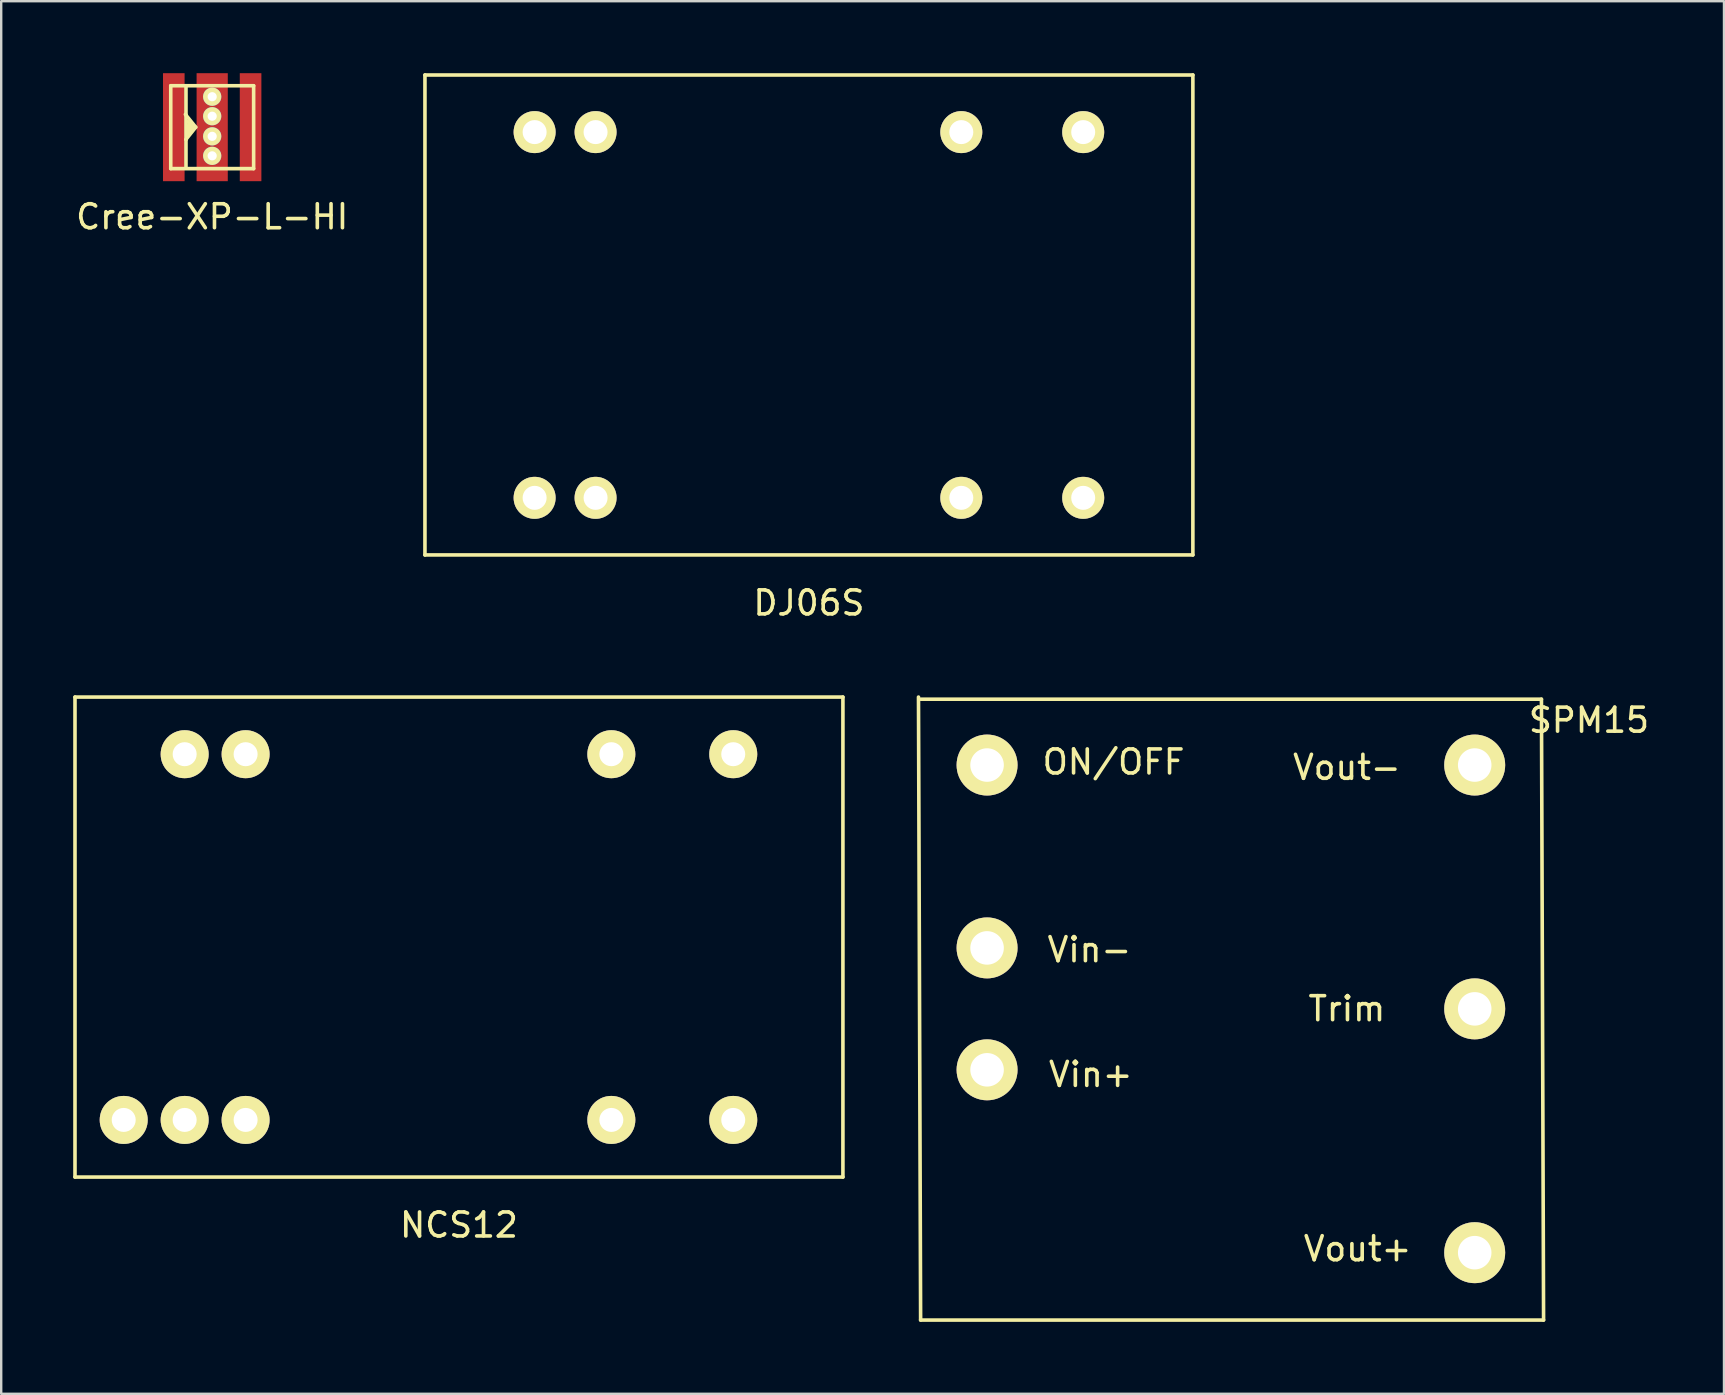
<source format=kicad_pcb>
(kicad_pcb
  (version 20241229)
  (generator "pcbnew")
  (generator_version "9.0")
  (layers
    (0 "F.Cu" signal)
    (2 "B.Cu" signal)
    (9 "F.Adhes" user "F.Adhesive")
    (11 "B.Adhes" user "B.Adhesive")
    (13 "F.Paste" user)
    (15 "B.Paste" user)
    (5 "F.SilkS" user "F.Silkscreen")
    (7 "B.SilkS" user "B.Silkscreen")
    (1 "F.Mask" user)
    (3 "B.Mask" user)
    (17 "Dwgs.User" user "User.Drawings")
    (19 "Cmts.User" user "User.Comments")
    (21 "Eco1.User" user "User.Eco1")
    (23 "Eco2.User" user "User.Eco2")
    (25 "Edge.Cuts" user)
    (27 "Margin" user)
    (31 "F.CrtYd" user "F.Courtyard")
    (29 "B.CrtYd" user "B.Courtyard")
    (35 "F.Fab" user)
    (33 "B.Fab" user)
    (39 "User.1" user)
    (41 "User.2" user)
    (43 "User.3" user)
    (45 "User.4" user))
  (footprint "SPM15"
    (layer "F.Cu")
    (at 48.242 38.99)
    (property "Reference" "SPM15" (at 14.922 -12.027 0) (layer "F.SilkS") (effects (font (size 1 1) (thickness 0.15))))
    (attr through_hole)
    (fp_line (start -12.929 -12.903) (end 12.941 -12.903) (stroke (width 0.15) (type solid)) (layer "F.SilkS"))
    (fp_line (start -12.929 12.967) (end -13.018 -12.992) (stroke (width 0.15) (type solid)) (layer "F.SilkS"))
    (fp_line (start 12.941 -12.903) (end 13.03 12.967) (stroke (width 0.15) (type solid)) (layer "F.SilkS"))
    (fp_line (start 13.03 12.967) (end -12.929 12.967) (stroke (width 0.15) (type solid)) (layer "F.SilkS"))
    (fp_text user "Vin+" (at -5.839 2.733 0) (layer "F.SilkS") (effects (font (size 1 1) (thickness 0.15))))
    (fp_text user "ON/OFF" (at -4.889 -10.287 0) (layer "F.SilkS") (effects (font (size 1 1) (thickness 0.15))))
    (fp_text user "Vout+" (at 5.281 9.997 0) (layer "F.SilkS") (effects (font (size 1 1) (thickness 0.15))))
    (fp_text user "Trim" (at 4.834 -0.005 0) (layer "F.SilkS") (effects (font (size 1 1) (thickness 0.15))))
    (fp_text user "Vin-" (at -5.895 -2.464 0) (layer "F.SilkS") (effects (font (size 1 1) (thickness 0.15))))
    (fp_text user "Vout-" (at 4.834 -10.063 0) (layer "F.SilkS") (effects (font (size 1 1) (thickness 0.15))))
    (pad "1" thru_hole circle (at -10.16 2.54) (size 2.54 2.54) (drill 1.397) (layers "*.Cu" "*.Mask" "F.SilkS"))
    (pad "2" thru_hole circle (at -10.16 -2.54) (size 2.54 2.54) (drill 1.397) (layers "*.Cu" "*.Mask" "F.SilkS"))
    (pad "3" thru_hole circle (at 10.16 10.16) (size 2.54 2.54) (drill 1.397) (layers "*.Cu" "*.Mask" "F.SilkS"))
    (pad "4" thru_hole circle (at 10.16 0) (size 2.54 2.54) (drill 1.397) (layers "*.Cu" "*.Mask" "F.SilkS"))
    (pad "5" thru_hole circle (at 10.16 -10.16) (size 2.54 2.54) (drill 1.397) (layers "*.Cu" "*.Mask" "F.SilkS"))
    (pad "6" thru_hole circle (at -10.16 -10.16) (size 2.54 2.54) (drill 1.397) (layers "*.Cu" "*.Mask" "F.SilkS")))
  (footprint "Cree-XP-L-HI"
    (layer "F.Cu")
    (at 5.792 2.25)
    (property "Reference" "Cree-XP-L-HI" (at 0 3.734 0) (layer "F.SilkS") (effects (font (size 1 1) (thickness 0.15))))
    (attr through_hole)
    (fp_line (start -1.727 -1.727) (end 1.727 -1.727) (stroke (width 0.15) (type solid)) (layer "F.SilkS"))
    (fp_line (start -1.727 1.727) (end -1.727 -1.727) (stroke (width 0.15) (type solid)) (layer "F.SilkS"))
    (fp_line (start -1.118 -0.533) (end -0.686 0) (stroke (width 0.15) (type solid)) (layer "F.SilkS"))
    (fp_line (start -1.092 -0.508) (end -1.092 -1.727) (stroke (width 0.15) (type solid)) (layer "F.SilkS"))
    (fp_line (start -1.092 0.508) (end -1.092 -0.508) (stroke (width 0.15) (type solid)) (layer "F.SilkS"))
    (fp_line (start -1.092 0.533) (end -1.092 1.702) (stroke (width 0.15) (type solid)) (layer "F.SilkS"))
    (fp_line (start -1.016 -0.229) (end -0.838 0) (stroke (width 0.15) (type solid)) (layer "F.SilkS"))
    (fp_line (start -0.991 0.254) (end -0.991 -0.076) (stroke (width 0.15) (type solid)) (layer "F.SilkS"))
    (fp_line (start -0.838 0) (end -0.991 0.254) (stroke (width 0.15) (type solid)) (layer "F.SilkS"))
    (fp_line (start -0.686 0) (end -1.092 0.508) (stroke (width 0.15) (type solid)) (layer "F.SilkS"))
    (fp_line (start 1.727 -1.727) (end 1.727 1.727) (stroke (width 0.15) (type solid)) (layer "F.SilkS"))
    (fp_line (start 1.727 1.727) (end -1.727 1.727) (stroke (width 0.15) (type solid)) (layer "F.SilkS"))
    (pad "1" smd rect (at -1.6 0) (size 0.9 4.5) (layers "F.Cu" "F.Mask" "F.Paste"))
    (pad "2" smd rect (at 1.6 0) (size 0.9 4.5) (layers "F.Cu" "F.Mask" "F.Paste"))
    (pad "3" thru_hole circle (at 0 -1.27) (size 0.762 0.762) (drill 0.381) (layers "*.Cu" "*.Mask" "F.SilkS"))
    (pad "3" thru_hole circle (at 0 -0.457) (size 0.762 0.762) (drill 0.381) (layers "*.Cu" "*.Mask" "F.SilkS"))
    (pad "3" smd rect (at 0 0) (size 1.3 4.5) (layers "F.Cu" "F.Mask" "F.Paste"))
    (pad "3" thru_hole circle (at 0 0.381) (size 0.762 0.762) (drill 0.381) (layers "*.Cu" "*.Mask" "F.SilkS"))
    (pad "3" thru_hole circle (at 0 1.194) (size 0.762 0.762) (drill 0.381) (layers "*.Cu" "*.Mask" "F.SilkS")))
  (footprint "DJ06S"
    (layer "F.Cu")
    (at 30.658 10.075)
    (property "Reference" "DJ06S" (at 0 12 0) (layer "F.SilkS") (effects (font (size 1 1) (thickness 0.15))))
    (attr through_hole)
    (fp_line (start -16 -10) (end 16 -10) (stroke (width 0.15) (type solid)) (layer "F.SilkS"))
    (fp_line (start -16 10) (end -16 -10) (stroke (width 0.15) (type solid)) (layer "F.SilkS"))
    (fp_line (start 16 -10) (end 16 10) (stroke (width 0.15) (type solid)) (layer "F.SilkS"))
    (fp_line (start 16 10) (end -16 10) (stroke (width 0.15) (type solid)) (layer "F.SilkS"))
    (pad "2" thru_hole circle (at -11.43 7.62) (size 1.75 1.75) (drill 1) (layers "*.Cu" "*.Mask" "F.SilkS"))
    (pad "4" thru_hole circle (at -8.89 7.62) (size 1.75 1.75) (drill 1) (layers "*.Cu" "*.Mask" "F.SilkS"))
    (pad "9" thru_hole circle (at 6.35 7.62) (size 1.75 1.75) (drill 1) (layers "*.Cu" "*.Mask" "F.SilkS"))
    (pad "11" thru_hole circle (at 11.43 7.62) (size 1.75 1.75) (drill 1) (layers "*.Cu" "*.Mask" "F.SilkS"))
    (pad "14" thru_hole circle (at 11.43 -7.62) (size 1.75 1.75) (drill 1) (layers "*.Cu" "*.Mask" "F.SilkS"))
    (pad "16" thru_hole circle (at 6.35 -7.62) (size 1.75 1.75) (drill 1) (layers "*.Cu" "*.Mask" "F.SilkS"))
    (pad "22" thru_hole circle (at -8.89 -7.62) (size 1.75 1.75) (drill 1) (layers "*.Cu" "*.Mask" "F.SilkS"))
    (pad "23" thru_hole circle (at -11.43 -7.62) (size 1.75 1.75) (drill 1) (layers "*.Cu" "*.Mask" "F.SilkS")))
  (footprint "NCS12"
    (layer "F.Cu")
    (at 16.075 35.998)
    (property "Reference" "NCS12" (at 0 12 0) (layer "F.SilkS") (effects (font (size 1 1) (thickness 0.15))))
    (attr through_hole)
    (fp_line (start -16 -10) (end 16 -10) (stroke (width 0.15) (type solid)) (layer "F.SilkS"))
    (fp_line (start -16 10) (end -16 -10) (stroke (width 0.15) (type solid)) (layer "F.SilkS"))
    (fp_line (start 16 -10) (end 16 10) (stroke (width 0.15) (type solid)) (layer "F.SilkS"))
    (fp_line (start 16 10) (end -16 10) (stroke (width 0.15) (type solid)) (layer "F.SilkS"))
    (pad "1" thru_hole circle (at -13.97 7.62) (size 2 2) (drill 1) (layers "*.Cu" "*.Mask" "F.SilkS"))
    (pad "2" thru_hole circle (at -11.43 7.62) (size 2 2) (drill 1) (layers "*.Cu" "*.Mask" "F.SilkS"))
    (pad "3" thru_hole circle (at -8.89 7.62) (size 2 2) (drill 1) (layers "*.Cu" "*.Mask" "F.SilkS"))
    (pad "9" thru_hole circle (at 6.35 7.62) (size 2 2) (drill 1) (layers "*.Cu" "*.Mask" "F.SilkS"))
    (pad "11" thru_hole circle (at 11.43 7.62) (size 2 2) (drill 1) (layers "*.Cu" "*.Mask" "F.SilkS"))
    (pad "14" thru_hole circle (at 11.43 -7.62) (size 2 2) (drill 1) (layers "*.Cu" "*.Mask" "F.SilkS"))
    (pad "16" thru_hole circle (at 6.35 -7.62) (size 2 2) (drill 1) (layers "*.Cu" "*.Mask" "F.SilkS"))
    (pad "22" thru_hole circle (at -8.89 -7.62) (size 2 2) (drill 1) (layers "*.Cu" "*.Mask" "F.SilkS"))
    (pad "23" thru_hole circle (at -11.43 -7.62) (size 2 2) (drill 1) (layers "*.Cu" "*.Mask" "F.SilkS")))
  (gr_rect
    (start -3 -3)
    (end 68.79 55.032)
    (stroke (width 0.1) (type default))
    (fill no)
    (layer "Edge.Cuts")))
</source>
